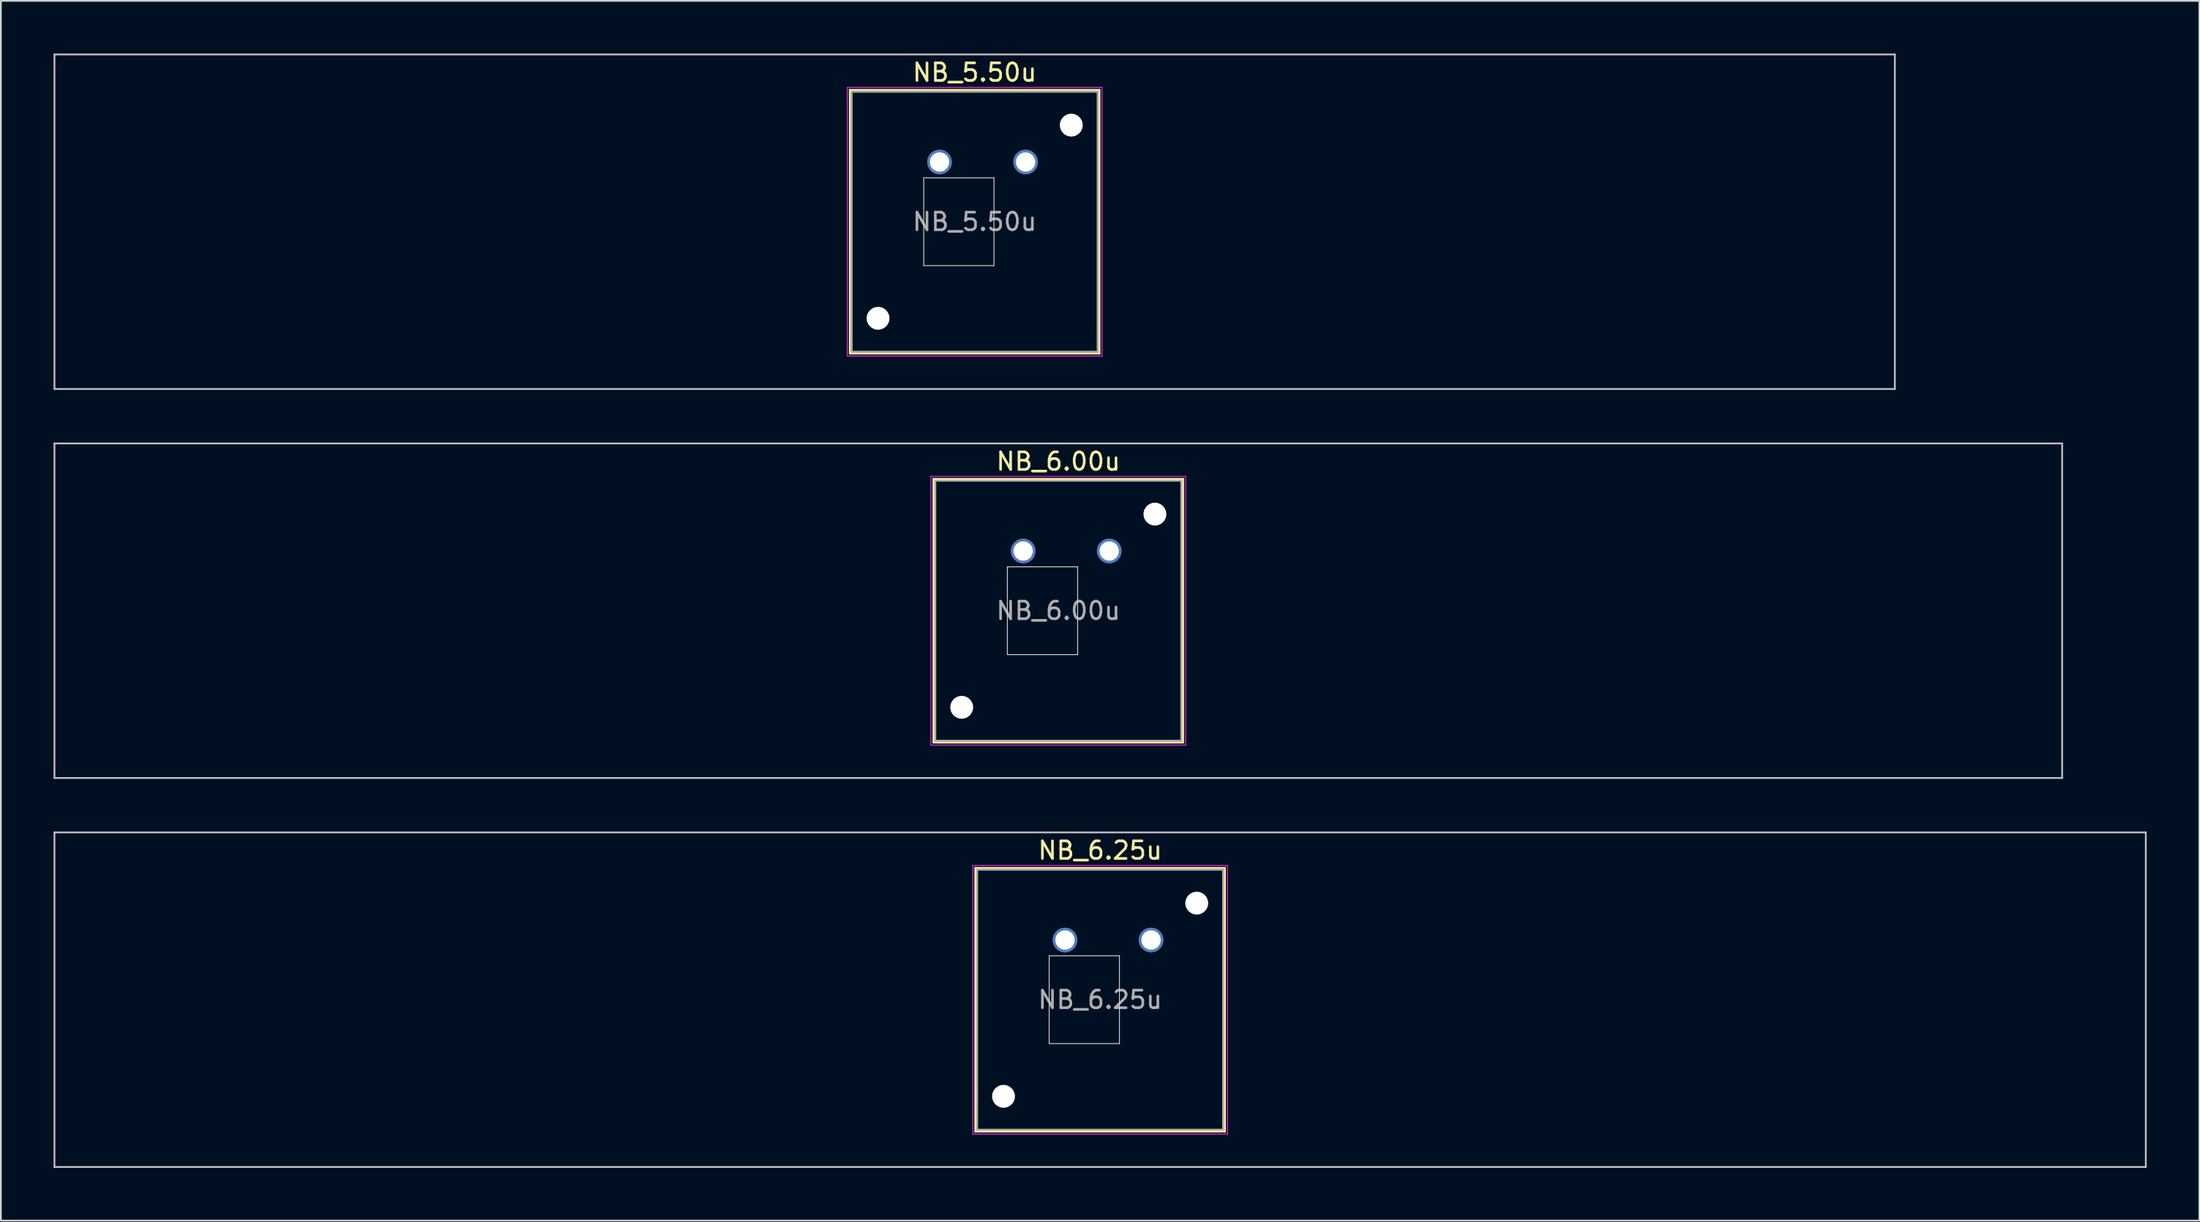
<source format=kicad_pcb>
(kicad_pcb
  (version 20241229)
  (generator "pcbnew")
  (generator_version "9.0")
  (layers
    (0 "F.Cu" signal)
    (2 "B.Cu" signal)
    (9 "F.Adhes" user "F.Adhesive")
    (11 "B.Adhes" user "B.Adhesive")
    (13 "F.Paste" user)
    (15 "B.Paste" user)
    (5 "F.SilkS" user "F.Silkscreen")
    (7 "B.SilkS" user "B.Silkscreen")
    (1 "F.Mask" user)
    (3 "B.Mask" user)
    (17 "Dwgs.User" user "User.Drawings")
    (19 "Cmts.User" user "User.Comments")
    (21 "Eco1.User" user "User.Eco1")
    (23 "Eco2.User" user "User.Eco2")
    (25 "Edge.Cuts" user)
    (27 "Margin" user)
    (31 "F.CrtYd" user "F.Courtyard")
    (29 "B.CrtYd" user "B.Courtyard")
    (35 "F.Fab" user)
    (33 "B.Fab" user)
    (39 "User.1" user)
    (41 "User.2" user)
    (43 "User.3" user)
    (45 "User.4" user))
  (footprint "NB_5.50u"
    (layer "F.Cu")
    (at 52.438 9.575)
    (property "Reference" "NB_5.50u" (at 0 -8.5 0) (layer "F.SilkS") (effects (font (size 1 1) (thickness 0.15))))
    (attr through_hole)
    (fp_line (start -7.1 -7.5) (end -7.1 7.5) (stroke (width 0.12) (type solid)) (layer "F.SilkS"))
    (fp_line (start -7.1 7.5) (end 7.1 7.5) (stroke (width 0.12) (type solid)) (layer "F.SilkS"))
    (fp_line (start 7.1 -7.5) (end -7.1 -7.5) (stroke (width 0.12) (type solid)) (layer "F.SilkS"))
    (fp_line (start 7.1 7.5) (end 7.1 -7.5) (stroke (width 0.12) (type solid)) (layer "F.SilkS"))
    (fp_line (start -52.388 -9.525) (end -52.388 9.525) (stroke (width 0.1) (type solid)) (layer "Dwgs.User"))
    (fp_line (start -52.388 9.525) (end 52.388 9.525) (stroke (width 0.1) (type solid)) (layer "Dwgs.User"))
    (fp_line (start 52.388 -9.525) (end -52.388 -9.525) (stroke (width 0.1) (type solid)) (layer "Dwgs.User"))
    (fp_line (start 52.388 9.525) (end 52.388 -9.525) (stroke (width 0.1) (type solid)) (layer "Dwgs.User"))
    (fp_line (start -8 -8) (end -8 8) (stroke (width 0.1) (type solid)) (layer "Eco1.User"))
    (fp_line (start -8 8) (end 8 8) (stroke (width 0.1) (type solid)) (layer "Eco1.User"))
    (fp_line (start 8 -8) (end -8 -8) (stroke (width 0.1) (type solid)) (layer "Eco1.User"))
    (fp_line (start 8 8) (end 8 -8) (stroke (width 0.1) (type solid)) (layer "Eco1.User"))
    (fp_line (start -2.9 -2.5) (end 1.1 -2.5) (stroke (width 0.05) (type solid)) (layer "Edge.Cuts"))
    (fp_line (start -2.9 2.5) (end -2.9 -2.5) (stroke (width 0.05) (type solid)) (layer "Edge.Cuts"))
    (fp_line (start 1.1 -2.5) (end 1.1 2.5) (stroke (width 0.05) (type solid)) (layer "Edge.Cuts"))
    (fp_line (start 1.1 2.5) (end -2.9 2.5) (stroke (width 0.05) (type solid)) (layer "Edge.Cuts"))
    (fp_line (start -7.25 -7.65) (end -7.25 7.65) (stroke (width 0.05) (type solid)) (layer "F.CrtYd"))
    (fp_line (start -7.25 7.65) (end 7.25 7.65) (stroke (width 0.05) (type solid)) (layer "F.CrtYd"))
    (fp_line (start 7.25 -7.65) (end -7.25 -7.65) (stroke (width 0.05) (type solid)) (layer "F.CrtYd"))
    (fp_line (start 7.25 7.65) (end 7.25 -7.65) (stroke (width 0.05) (type solid)) (layer "F.CrtYd"))
    (fp_line (start -7 -7.4) (end -7 7.4) (stroke (width 0.1) (type solid)) (layer "F.Fab"))
    (fp_line (start -7 7.4) (end 7 7.4) (stroke (width 0.1) (type solid)) (layer "F.Fab"))
    (fp_line (start 7 -7.4) (end -7 -7.4) (stroke (width 0.1) (type solid)) (layer "F.Fab"))
    (fp_line (start 7 7.4) (end 7 -7.4) (stroke (width 0.1) (type solid)) (layer "F.Fab"))
    (fp_text user "${REFERENCE}" (at 0 0 0) (layer "F.Fab") (effects (font (size 1 1) (thickness 0.15))))
    (pad "" np_thru_hole circle (at -5.5 5.5) (size 1.3 1.3) (drill 1.3) (layers "*.Cu" "*.Mask"))
    (pad "" np_thru_hole circle (at 5.5 -5.5) (size 1.3 1.3) (drill 1.3) (layers "*.Cu" "*.Mask"))
    (pad "1" thru_hole circle (at -2 -3.4) (size 1.4 1.4) (drill 1.1) (layers "*.Cu" "*.Mask"))
    (pad "2" thru_hole circle (at 2.9 -3.4) (size 1.4 1.4) (drill 1.1) (layers "*.Cu" "*.Mask")))
  (footprint "NB_6.25u"
    (layer "F.Cu")
    (at 59.581 53.875)
    (property "Reference" "NB_6.25u" (at 0 -8.5 0) (layer "F.SilkS") (effects (font (size 1 1) (thickness 0.15))))
    (attr through_hole)
    (fp_line (start -7.1 -7.5) (end -7.1 7.5) (stroke (width 0.12) (type solid)) (layer "F.SilkS"))
    (fp_line (start -7.1 7.5) (end 7.1 7.5) (stroke (width 0.12) (type solid)) (layer "F.SilkS"))
    (fp_line (start 7.1 -7.5) (end -7.1 -7.5) (stroke (width 0.12) (type solid)) (layer "F.SilkS"))
    (fp_line (start 7.1 7.5) (end 7.1 -7.5) (stroke (width 0.12) (type solid)) (layer "F.SilkS"))
    (fp_line (start -59.531 -9.525) (end -59.531 9.525) (stroke (width 0.1) (type solid)) (layer "Dwgs.User"))
    (fp_line (start -59.531 9.525) (end 59.531 9.525) (stroke (width 0.1) (type solid)) (layer "Dwgs.User"))
    (fp_line (start 59.531 -9.525) (end -59.531 -9.525) (stroke (width 0.1) (type solid)) (layer "Dwgs.User"))
    (fp_line (start 59.531 9.525) (end 59.531 -9.525) (stroke (width 0.1) (type solid)) (layer "Dwgs.User"))
    (fp_line (start -8 -8) (end -8 8) (stroke (width 0.1) (type solid)) (layer "Eco1.User"))
    (fp_line (start -8 8) (end 8 8) (stroke (width 0.1) (type solid)) (layer "Eco1.User"))
    (fp_line (start 8 -8) (end -8 -8) (stroke (width 0.1) (type solid)) (layer "Eco1.User"))
    (fp_line (start 8 8) (end 8 -8) (stroke (width 0.1) (type solid)) (layer "Eco1.User"))
    (fp_line (start -2.9 -2.5) (end 1.1 -2.5) (stroke (width 0.05) (type solid)) (layer "Edge.Cuts"))
    (fp_line (start -2.9 2.5) (end -2.9 -2.5) (stroke (width 0.05) (type solid)) (layer "Edge.Cuts"))
    (fp_line (start 1.1 -2.5) (end 1.1 2.5) (stroke (width 0.05) (type solid)) (layer "Edge.Cuts"))
    (fp_line (start 1.1 2.5) (end -2.9 2.5) (stroke (width 0.05) (type solid)) (layer "Edge.Cuts"))
    (fp_line (start -7.25 -7.65) (end -7.25 7.65) (stroke (width 0.05) (type solid)) (layer "F.CrtYd"))
    (fp_line (start -7.25 7.65) (end 7.25 7.65) (stroke (width 0.05) (type solid)) (layer "F.CrtYd"))
    (fp_line (start 7.25 -7.65) (end -7.25 -7.65) (stroke (width 0.05) (type solid)) (layer "F.CrtYd"))
    (fp_line (start 7.25 7.65) (end 7.25 -7.65) (stroke (width 0.05) (type solid)) (layer "F.CrtYd"))
    (fp_line (start -7 -7.4) (end -7 7.4) (stroke (width 0.1) (type solid)) (layer "F.Fab"))
    (fp_line (start -7 7.4) (end 7 7.4) (stroke (width 0.1) (type solid)) (layer "F.Fab"))
    (fp_line (start 7 -7.4) (end -7 -7.4) (stroke (width 0.1) (type solid)) (layer "F.Fab"))
    (fp_line (start 7 7.4) (end 7 -7.4) (stroke (width 0.1) (type solid)) (layer "F.Fab"))
    (fp_text user "${REFERENCE}" (at 0 0 0) (layer "F.Fab") (effects (font (size 1 1) (thickness 0.15))))
    (pad "" np_thru_hole circle (at -5.5 5.5) (size 1.3 1.3) (drill 1.3) (layers "*.Cu" "*.Mask"))
    (pad "" np_thru_hole circle (at 5.5 -5.5) (size 1.3 1.3) (drill 1.3) (layers "*.Cu" "*.Mask"))
    (pad "1" thru_hole circle (at -2 -3.4) (size 1.4 1.4) (drill 1.1) (layers "*.Cu" "*.Mask"))
    (pad "2" thru_hole circle (at 2.9 -3.4) (size 1.4 1.4) (drill 1.1) (layers "*.Cu" "*.Mask")))
  (footprint "NB_6.00u"
    (layer "F.Cu")
    (at 57.2 31.725)
    (property "Reference" "NB_6.00u" (at 0 -8.5 0) (layer "F.SilkS") (effects (font (size 1 1) (thickness 0.15))))
    (attr through_hole)
    (fp_line (start -7.1 -7.5) (end -7.1 7.5) (stroke (width 0.12) (type solid)) (layer "F.SilkS"))
    (fp_line (start -7.1 7.5) (end 7.1 7.5) (stroke (width 0.12) (type solid)) (layer "F.SilkS"))
    (fp_line (start 7.1 -7.5) (end -7.1 -7.5) (stroke (width 0.12) (type solid)) (layer "F.SilkS"))
    (fp_line (start 7.1 7.5) (end 7.1 -7.5) (stroke (width 0.12) (type solid)) (layer "F.SilkS"))
    (fp_line (start -57.15 -9.525) (end -57.15 9.525) (stroke (width 0.1) (type solid)) (layer "Dwgs.User"))
    (fp_line (start -57.15 9.525) (end 57.15 9.525) (stroke (width 0.1) (type solid)) (layer "Dwgs.User"))
    (fp_line (start 57.15 -9.525) (end -57.15 -9.525) (stroke (width 0.1) (type solid)) (layer "Dwgs.User"))
    (fp_line (start 57.15 9.525) (end 57.15 -9.525) (stroke (width 0.1) (type solid)) (layer "Dwgs.User"))
    (fp_line (start -8 -8) (end -8 8) (stroke (width 0.1) (type solid)) (layer "Eco1.User"))
    (fp_line (start -8 8) (end 8 8) (stroke (width 0.1) (type solid)) (layer "Eco1.User"))
    (fp_line (start 8 -8) (end -8 -8) (stroke (width 0.1) (type solid)) (layer "Eco1.User"))
    (fp_line (start 8 8) (end 8 -8) (stroke (width 0.1) (type solid)) (layer "Eco1.User"))
    (fp_line (start -2.9 -2.5) (end 1.1 -2.5) (stroke (width 0.05) (type solid)) (layer "Edge.Cuts"))
    (fp_line (start -2.9 2.5) (end -2.9 -2.5) (stroke (width 0.05) (type solid)) (layer "Edge.Cuts"))
    (fp_line (start 1.1 -2.5) (end 1.1 2.5) (stroke (width 0.05) (type solid)) (layer "Edge.Cuts"))
    (fp_line (start 1.1 2.5) (end -2.9 2.5) (stroke (width 0.05) (type solid)) (layer "Edge.Cuts"))
    (fp_line (start -7.25 -7.65) (end -7.25 7.65) (stroke (width 0.05) (type solid)) (layer "F.CrtYd"))
    (fp_line (start -7.25 7.65) (end 7.25 7.65) (stroke (width 0.05) (type solid)) (layer "F.CrtYd"))
    (fp_line (start 7.25 -7.65) (end -7.25 -7.65) (stroke (width 0.05) (type solid)) (layer "F.CrtYd"))
    (fp_line (start 7.25 7.65) (end 7.25 -7.65) (stroke (width 0.05) (type solid)) (layer "F.CrtYd"))
    (fp_line (start -7 -7.4) (end -7 7.4) (stroke (width 0.1) (type solid)) (layer "F.Fab"))
    (fp_line (start -7 7.4) (end 7 7.4) (stroke (width 0.1) (type solid)) (layer "F.Fab"))
    (fp_line (start 7 -7.4) (end -7 -7.4) (stroke (width 0.1) (type solid)) (layer "F.Fab"))
    (fp_line (start 7 7.4) (end 7 -7.4) (stroke (width 0.1) (type solid)) (layer "F.Fab"))
    (fp_text user "${REFERENCE}" (at 0 0 0) (layer "F.Fab") (effects (font (size 1 1) (thickness 0.15))))
    (pad "" np_thru_hole circle (at -5.5 5.5) (size 1.3 1.3) (drill 1.3) (layers "*.Cu" "*.Mask"))
    (pad "" np_thru_hole circle (at 5.5 -5.5) (size 1.3 1.3) (drill 1.3) (layers "*.Cu" "*.Mask"))
    (pad "1" thru_hole circle (at -2 -3.4) (size 1.4 1.4) (drill 1.1) (layers "*.Cu" "*.Mask"))
    (pad "2" thru_hole circle (at 2.9 -3.4) (size 1.4 1.4) (drill 1.1) (layers "*.Cu" "*.Mask")))
  (gr_rect
    (start -3 -3)
    (end 122.162 66.45)
    (stroke (width 0.1) (type default))
    (fill no)
    (layer "Edge.Cuts")))
</source>
